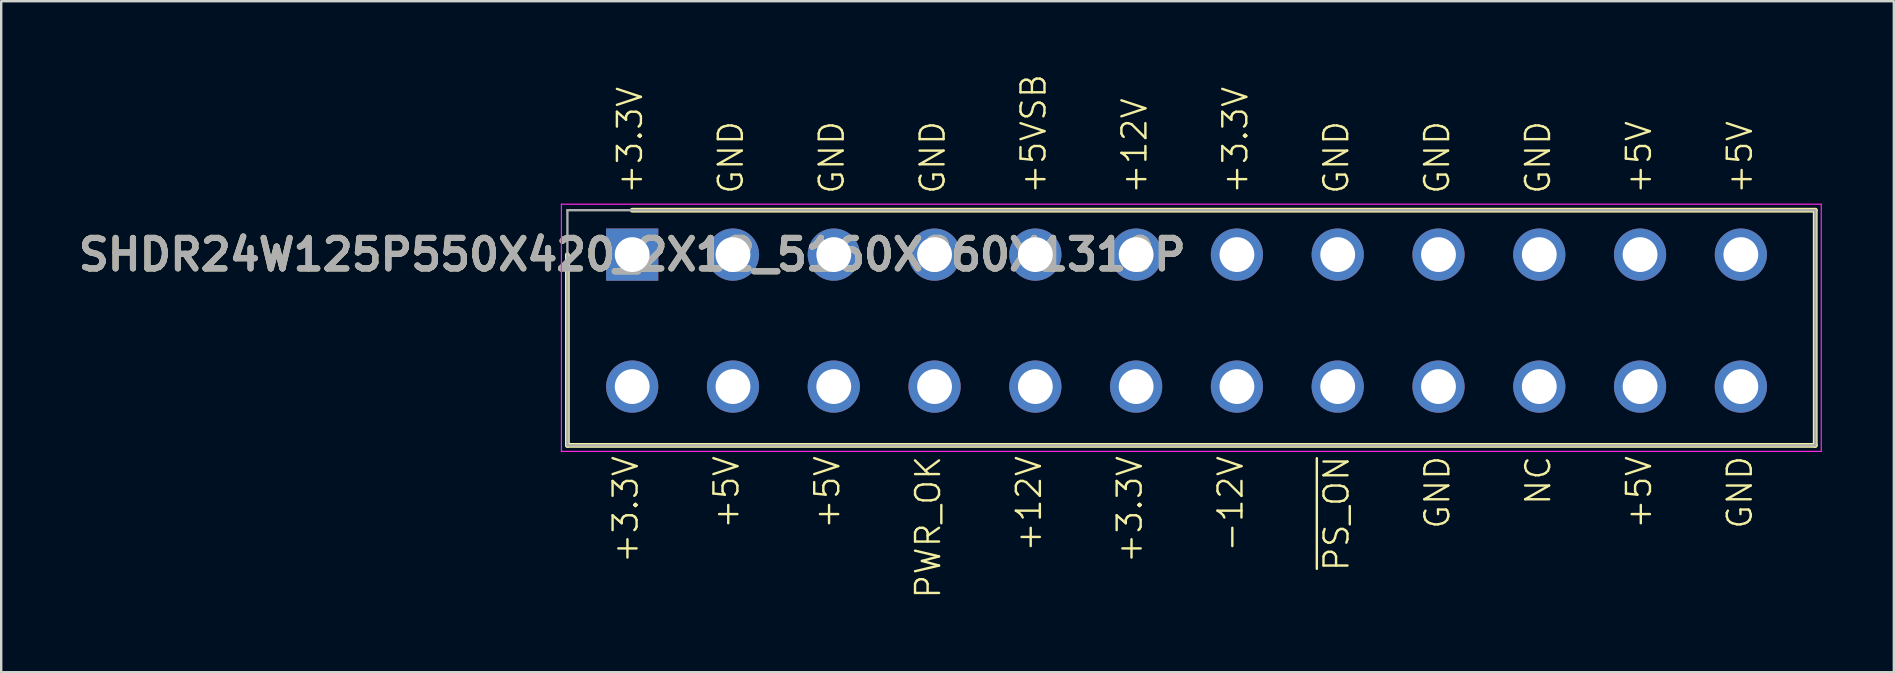
<source format=kicad_pcb>
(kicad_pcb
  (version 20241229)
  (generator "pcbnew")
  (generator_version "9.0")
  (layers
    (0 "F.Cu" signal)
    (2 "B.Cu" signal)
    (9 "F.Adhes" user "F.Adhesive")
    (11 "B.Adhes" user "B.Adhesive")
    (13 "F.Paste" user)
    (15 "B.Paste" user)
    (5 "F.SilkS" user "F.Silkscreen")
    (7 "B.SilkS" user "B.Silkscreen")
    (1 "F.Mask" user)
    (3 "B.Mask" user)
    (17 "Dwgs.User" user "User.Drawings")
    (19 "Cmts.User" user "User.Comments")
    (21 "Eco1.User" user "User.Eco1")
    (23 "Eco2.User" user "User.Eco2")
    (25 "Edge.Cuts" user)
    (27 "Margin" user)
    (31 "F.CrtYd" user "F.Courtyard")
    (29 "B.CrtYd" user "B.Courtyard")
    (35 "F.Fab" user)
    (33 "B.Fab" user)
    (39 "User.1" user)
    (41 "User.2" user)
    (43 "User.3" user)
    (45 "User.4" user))
  (footprint "SHDR24W125P550X420_2X12_5160X960X1310P"
    (layer "F.Cu")
    (at 23.295 7.56)
    (property "Reference" "SHDR24W125P550X420_2X12_5160X960X1310P" (at 0 0 0) (layer "F.SilkS") (effects (font (size 1.27 1.27) (thickness 0.254))))
    (attr through_hole)
    (fp_line (start -2.7 7.95) (end -2.7 0) (stroke (width 0.2) (type solid)) (layer "F.SilkS"))
    (fp_line (start 0 -1.85) (end 49.3 -1.85) (stroke (width 0.2) (type solid)) (layer "F.SilkS"))
    (fp_line (start 49.3 -1.85) (end 49.3 7.95) (stroke (width 0.2) (type solid)) (layer "F.SilkS"))
    (fp_line (start 49.3 7.95) (end -2.7 7.95) (stroke (width 0.2) (type solid)) (layer "F.SilkS"))
    (fp_line (start -2.95 -2.1) (end 49.55 -2.1) (stroke (width 0.05) (type solid)) (layer "F.CrtYd"))
    (fp_line (start -2.95 8.2) (end -2.95 -2.1) (stroke (width 0.05) (type solid)) (layer "F.CrtYd"))
    (fp_line (start 49.55 -2.1) (end 49.55 8.2) (stroke (width 0.05) (type solid)) (layer "F.CrtYd"))
    (fp_line (start 49.55 8.2) (end -2.95 8.2) (stroke (width 0.05) (type solid)) (layer "F.CrtYd"))
    (fp_line (start -2.7 -1.85) (end 49.3 -1.85) (stroke (width 0.1) (type solid)) (layer "F.Fab"))
    (fp_line (start -2.7 7.95) (end -2.7 -1.85) (stroke (width 0.1) (type solid)) (layer "F.Fab"))
    (fp_line (start 49.3 -1.85) (end 49.3 7.95) (stroke (width 0.1) (type solid)) (layer "F.Fab"))
    (fp_line (start 49.3 7.95) (end -2.7 7.95) (stroke (width 0.1) (type solid)) (layer "F.Fab"))
    (fp_text user "+12V" (at 17.115 12.45 90) (unlocked yes) (layer "F.SilkS") (effects (font (size 1 1) (thickness 0.1)) (justify left bottom)))
    (fp_text user "+5V" (at 46.74 -2.46 90) (unlocked yes) (layer "F.SilkS") (effects (font (size 1 1) (thickness 0.1)) (justify left bottom)))
    (fp_text user "GND" (at 34.126 -2.46 90) (unlocked yes) (layer "F.SilkS") (effects (font (size 1 1) (thickness 0.1)) (justify left bottom)))
    (fp_text user "~{PS_ON}" (at 29.935 13.26 90) (unlocked yes) (layer "F.SilkS") (effects (font (size 1 1) (thickness 0.1)) (justify left bottom)))
    (fp_text user "GND" (at 38.331 -2.46 90) (unlocked yes) (layer "F.SilkS") (effects (font (size 1 1) (thickness 0.1)) (justify left bottom)))
    (fp_text user "-12V" (at 25.517 12.45 90) (unlocked yes) (layer "F.SilkS") (effects (font (size 1 1) (thickness 0.1)) (justify left bottom)))
    (fp_text user "+3.3V" (at 21.316 12.927 90) (unlocked yes) (layer "F.SilkS") (effects (font (size 1 1) (thickness 0.1)) (justify left bottom)))
    (fp_text user "+5V" (at 42.539 11.498 90) (unlocked yes) (layer "F.SilkS") (effects (font (size 1 1) (thickness 0.1)) (justify left bottom)))
    (fp_text user "GND" (at 34.136 11.498 90) (unlocked yes) (layer "F.SilkS") (effects (font (size 1 1) (thickness 0.1)) (justify left bottom)))
    (fp_text user "NC" (at 38.338 10.498 90) (unlocked yes) (layer "F.SilkS") (effects (font (size 1 1) (thickness 0.1)) (justify left bottom)))
    (fp_text user "+12V" (at 21.513 -2.46 90) (unlocked yes) (layer "F.SilkS") (effects (font (size 1 1) (thickness 0.1)) (justify left bottom)))
    (fp_text user "+5V" (at 42.535 -2.46 90) (unlocked yes) (layer "F.SilkS") (effects (font (size 1 1) (thickness 0.1)) (justify left bottom)))
    (fp_text user "GND" (at 13.104 -2.46 90) (unlocked yes) (layer "F.SilkS") (effects (font (size 1 1) (thickness 0.1)) (justify left bottom)))
    (fp_text user "GND" (at 29.922 -2.46 90) (unlocked yes) (layer "F.SilkS") (effects (font (size 1 1) (thickness 0.1)) (justify left bottom)))
    (fp_text user "+3.3V" (at 0.31 12.927 90) (unlocked yes) (layer "F.SilkS") (effects (font (size 1 1) (thickness 0.1)) (justify left bottom)))
    (fp_text user "GND" (at 46.74 11.498 90) (unlocked yes) (layer "F.SilkS") (effects (font (size 1 1) (thickness 0.1)) (justify left bottom)))
    (fp_text user "+5V" (at 4.511 11.498 90) (unlocked yes) (layer "F.SilkS") (effects (font (size 1 1) (thickness 0.1)) (justify left bottom)))
    (fp_text user "GND" (at 4.695 -2.46 90) (unlocked yes) (layer "F.SilkS") (effects (font (size 1 1) (thickness 0.1)) (justify left bottom)))
    (fp_text user "PWR_OK" (at 12.914 14.403 90) (unlocked yes) (layer "F.SilkS") (effects (font (size 1 1) (thickness 0.1)) (justify left bottom)))
    (fp_text user "+3.3V" (at 25.717 -2.46 90) (unlocked yes) (layer "F.SilkS") (effects (font (size 1 1) (thickness 0.1)) (justify left bottom)))
    (fp_text user "+5V" (at 8.712 11.498 90) (unlocked yes) (layer "F.SilkS") (effects (font (size 1 1) (thickness 0.1)) (justify left bottom)))
    (fp_text user "GND" (at 8.899 -2.46 90) (unlocked yes) (layer "F.SilkS") (effects (font (size 1 1) (thickness 0.1)) (justify left bottom)))
    (fp_text user "+5VSB" (at 17.308 -2.46 90) (unlocked yes) (layer "F.SilkS") (effects (font (size 1 1) (thickness 0.1)) (justify left bottom)))
    (fp_text user "+3.3V" (at 0.49 -2.46 90) (unlocked yes) (layer "F.SilkS") (effects (font (size 1 1) (thickness 0.1)) (justify left bottom)))
    (fp_text user "${REFERENCE}" (at 0 0 0) (layer "F.Fab") (effects (font (size 1.27 1.27) (thickness 0.254))))
    (pad "1" thru_hole rect (at 0 0) (size 2.175 2.175) (drill 1.45) (layers "*.Cu" "*.Mask"))
    (pad "2" thru_hole circle (at 0 5.5) (size 2.175 2.175) (drill 1.45) (layers "*.Cu" "*.Mask"))
    (pad "3" thru_hole circle (at 4.2 0) (size 2.175 2.175) (drill 1.45) (layers "*.Cu" "*.Mask"))
    (pad "4" thru_hole circle (at 4.2 5.5) (size 2.175 2.175) (drill 1.45) (layers "*.Cu" "*.Mask"))
    (pad "5" thru_hole circle (at 8.4 0) (size 2.175 2.175) (drill 1.45) (layers "*.Cu" "*.Mask"))
    (pad "6" thru_hole circle (at 8.4 5.5) (size 2.175 2.175) (drill 1.45) (layers "*.Cu" "*.Mask"))
    (pad "7" thru_hole circle (at 12.6 0) (size 2.175 2.175) (drill 1.45) (layers "*.Cu" "*.Mask"))
    (pad "8" thru_hole circle (at 12.6 5.5) (size 2.175 2.175) (drill 1.45) (layers "*.Cu" "*.Mask"))
    (pad "9" thru_hole circle (at 16.8 0) (size 2.175 2.175) (drill 1.45) (layers "*.Cu" "*.Mask"))
    (pad "10" thru_hole circle (at 16.8 5.5) (size 2.175 2.175) (drill 1.45) (layers "*.Cu" "*.Mask"))
    (pad "11" thru_hole circle (at 21 0) (size 2.175 2.175) (drill 1.45) (layers "*.Cu" "*.Mask"))
    (pad "12" thru_hole circle (at 21 5.5) (size 2.175 2.175) (drill 1.45) (layers "*.Cu" "*.Mask"))
    (pad "13" thru_hole circle (at 25.2 0) (size 2.175 2.175) (drill 1.45) (layers "*.Cu" "*.Mask"))
    (pad "14" thru_hole circle (at 25.2 5.5) (size 2.175 2.175) (drill 1.45) (layers "*.Cu" "*.Mask"))
    (pad "15" thru_hole circle (at 29.4 0) (size 2.175 2.175) (drill 1.45) (layers "*.Cu" "*.Mask"))
    (pad "16" thru_hole circle (at 29.4 5.5) (size 2.175 2.175) (drill 1.45) (layers "*.Cu" "*.Mask"))
    (pad "17" thru_hole circle (at 33.6 0) (size 2.175 2.175) (drill 1.45) (layers "*.Cu" "*.Mask"))
    (pad "18" thru_hole circle (at 33.6 5.5) (size 2.175 2.175) (drill 1.45) (layers "*.Cu" "*.Mask"))
    (pad "19" thru_hole circle (at 37.8 0) (size 2.175 2.175) (drill 1.45) (layers "*.Cu" "*.Mask"))
    (pad "20" thru_hole circle (at 37.8 5.5) (size 2.175 2.175) (drill 1.45) (layers "*.Cu" "*.Mask"))
    (pad "21" thru_hole circle (at 42 0) (size 2.175 2.175) (drill 1.45) (layers "*.Cu" "*.Mask"))
    (pad "22" thru_hole circle (at 42 5.5) (size 2.175 2.175) (drill 1.45) (layers "*.Cu" "*.Mask"))
    (pad "23" thru_hole circle (at 46.2 0) (size 2.175 2.175) (drill 1.45) (layers "*.Cu" "*.Mask"))
    (pad "24" thru_hole circle (at 46.2 5.5) (size 2.175 2.175) (drill 1.45) (layers "*.Cu" "*.Mask")))
  (gr_rect
    (start -3 -3)
    (end 75.87 24.963)
    (stroke (width 0.1) (type default))
    (fill no)
    (layer "Edge.Cuts")))
</source>
